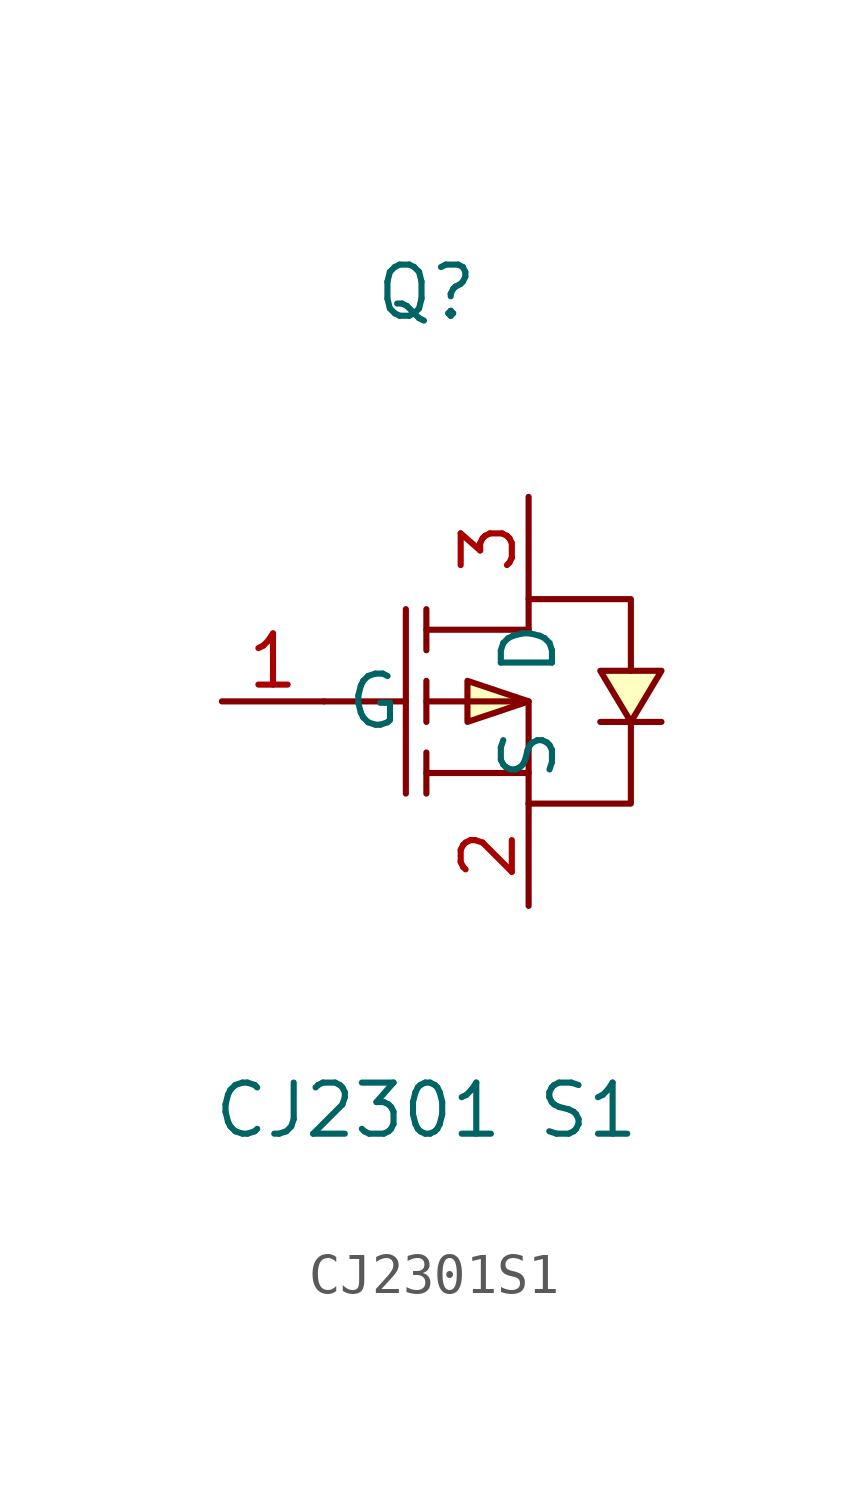
<source format=kicad_sym>
(kicad_symbol_lib
  (version 20211014)
  (generator https://github.com/uPesy/easyeda2kicad.py)
  (symbol "CJ2301S1"
    (property "Reference" "Q"
      (at 0 10.16 0)
      (effects (font (size 1.27 1.27))))
    (property "Value" "CJ2301 S1"
      (at 0 -10.16 0)
      (effects (font (size 1.27 1.27))))
    (symbol "CJ2301S1_0_1"
      (polyline (pts (xy 2.54 -2.54) (xy 5.08 -2.54) (xy 5.08 -0.51)) (stroke (width 0) (type default) (color 0 0 0 0)) (fill (type none)))
      (polyline (pts (xy 2.54 1.78) (xy 2.54 2.54) (xy 5.08 2.54) (xy 5.08 0.76)) (stroke (width 0) (type default) (color 0 0 0 0)) (fill (type none)))
      (polyline (pts (xy 2.54 1.78) (xy 0.00 1.78)) (stroke (width 0) (type default) (color 0 0 0 0)) (fill (type none)))
      (polyline (pts (xy 0.00 -0.00) (xy 2.54 -0.00) (xy 2.54 -2.54)) (stroke (width 0) (type default) (color 0 0 0 0)) (fill (type none)))
      (polyline (pts (xy 2.54 -1.78) (xy 0.00 -1.78)) (stroke (width 0) (type default) (color 0 0 0 0)) (fill (type none)))
      (polyline (pts (xy -0.51 2.29) (xy -0.51 -2.29)) (stroke (width 0) (type default) (color 0 0 0 0)) (fill (type none)))
      (polyline (pts (xy 0.00 1.27) (xy 0.00 2.29)) (stroke (width 0) (type default) (color 0 0 0 0)) (fill (type none)))
      (polyline (pts (xy 0.00 -0.51) (xy 0.00 0.51)) (stroke (width 0) (type default) (color 0 0 0 0)) (fill (type none)))
      (polyline (pts (xy 0.00 -2.29) (xy 0.00 -1.27)) (stroke (width 0) (type default) (color 0 0 0 0)) (fill (type none)))
      (polyline (pts (xy -2.54 -0.00) (xy -0.51 -0.00)) (stroke (width 0) (type default) (color 0 0 0 0)) (fill (type none)))
      (polyline (pts (xy 5.84 -0.51) (xy 5.59 -0.51) (xy 4.57 -0.51) (xy 4.32 -0.51)) (stroke (width 0) (type default) (color 0 0 0 0)) (fill (type none)))
      (polyline (pts (xy 2.54 -0.00) (xy 1.02 0.51) (xy 1.02 -0.51) (xy 2.54 -0.00)) (stroke (width 0) (type default) (color 0 0 0 0)) (fill (type background)))
      (polyline (pts (xy 5.08 -0.51) (xy 5.84 0.76) (xy 4.32 0.76) (xy 5.08 -0.51)) (stroke (width 0) (type default) (color 0 0 0 0)) (fill (type background)))
      (pin unspecified line (at 2.54 5.08 270) (length 2.54) (name "D" (effects (font (size 1.27 1.27)))) (number "3" (effects (font (size 1.27 1.27)))))
      (pin unspecified line (at -5.08 -0.00 0) (length 2.54) (name "G" (effects (font (size 1.27 1.27)))) (number "1" (effects (font (size 1.27 1.27)))))
      (pin unspecified line (at 2.54 -5.08 90) (length 2.54) (name "S" (effects (font (size 1.27 1.27)))) (number "2" (effects (font (size 1.27 1.27))))))))
</source>
